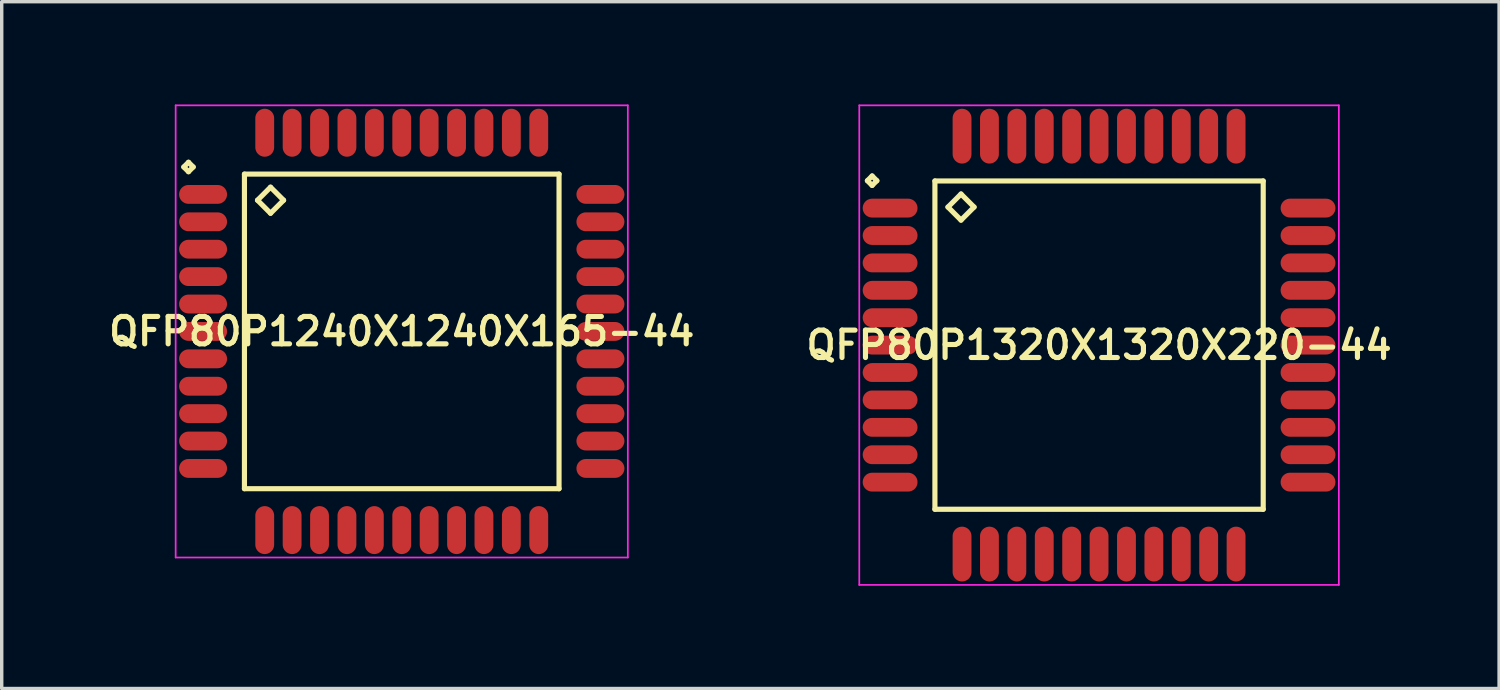
<source format=kicad_pcb>
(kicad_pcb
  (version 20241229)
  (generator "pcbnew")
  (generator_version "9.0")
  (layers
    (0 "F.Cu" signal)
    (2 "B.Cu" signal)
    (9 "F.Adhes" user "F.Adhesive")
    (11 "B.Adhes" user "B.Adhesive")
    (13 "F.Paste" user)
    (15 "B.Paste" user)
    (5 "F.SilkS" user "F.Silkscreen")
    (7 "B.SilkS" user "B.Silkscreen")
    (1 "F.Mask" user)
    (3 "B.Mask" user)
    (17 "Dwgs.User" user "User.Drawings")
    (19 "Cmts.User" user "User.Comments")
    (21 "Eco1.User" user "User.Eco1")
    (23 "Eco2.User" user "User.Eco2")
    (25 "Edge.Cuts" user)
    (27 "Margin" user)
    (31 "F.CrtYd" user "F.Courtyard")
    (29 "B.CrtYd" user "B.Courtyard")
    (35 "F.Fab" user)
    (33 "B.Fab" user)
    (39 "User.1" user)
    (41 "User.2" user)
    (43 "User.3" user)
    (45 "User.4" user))
  (footprint "QFP80P1320X1320X220-44"
    (layer "F.Cu")
    (at 29.035 7.025)
    (property "Reference" "QFP80P1320X1320X220-44" (at 0 0 0) (layer "F.SilkS") (effects (font (size 0.8 0.8) (thickness 0.15))))
    (attr smd)
    (fp_line (start -6.763 -4.8) (end -6.625 -4.938) (stroke (width 0.15) (type solid)) (layer "F.SilkS"))
    (fp_line (start -6.625 -4.938) (end -6.487 -4.8) (stroke (width 0.15) (type solid)) (layer "F.SilkS"))
    (fp_line (start -6.625 -4.662) (end -6.763 -4.8) (stroke (width 0.15) (type solid)) (layer "F.SilkS"))
    (fp_line (start -6.487 -4.8) (end -6.625 -4.662) (stroke (width 0.15) (type solid)) (layer "F.SilkS"))
    (fp_line (start -4.792 -4.792) (end -4.792 4.792) (stroke (width 0.15) (type solid)) (layer "F.SilkS"))
    (fp_line (start -4.792 4.792) (end 4.792 4.792) (stroke (width 0.15) (type solid)) (layer "F.SilkS"))
    (fp_line (start -4.411 -4.03) (end -4.03 -4.411) (stroke (width 0.15) (type solid)) (layer "F.SilkS"))
    (fp_line (start -4.03 -4.411) (end -3.649 -4.03) (stroke (width 0.15) (type solid)) (layer "F.SilkS"))
    (fp_line (start -4.03 -3.649) (end -4.411 -4.03) (stroke (width 0.15) (type solid)) (layer "F.SilkS"))
    (fp_line (start -3.649 -4.03) (end -4.03 -3.649) (stroke (width 0.15) (type solid)) (layer "F.SilkS"))
    (fp_line (start 4.792 -4.792) (end -4.792 -4.792) (stroke (width 0.15) (type solid)) (layer "F.SilkS"))
    (fp_line (start 4.792 4.792) (end 4.792 -4.792) (stroke (width 0.15) (type solid)) (layer "F.SilkS"))
    (fp_line (start -7 -7) (end 7 -7) (stroke (width 0.05) (type solid)) (layer "F.CrtYd"))
    (fp_line (start -7 7) (end -7 -7) (stroke (width 0.05) (type solid)) (layer "F.CrtYd"))
    (fp_line (start 7 -7) (end 7 7) (stroke (width 0.05) (type solid)) (layer "F.CrtYd"))
    (fp_line (start 7 7) (end -7 7) (stroke (width 0.05) (type solid)) (layer "F.CrtYd"))
    (pad "1" smd oval (at -6.1 -4) (size 1.6 0.55) (layers "F.Cu" "F.Mask" "F.Paste"))
    (pad "2" smd oval (at -6.1 -3.2) (size 1.6 0.55) (layers "F.Cu" "F.Mask" "F.Paste"))
    (pad "3" smd oval (at -6.1 -2.4) (size 1.6 0.55) (layers "F.Cu" "F.Mask" "F.Paste"))
    (pad "4" smd oval (at -6.1 -1.6) (size 1.6 0.55) (layers "F.Cu" "F.Mask" "F.Paste"))
    (pad "5" smd oval (at -6.1 -0.8) (size 1.6 0.55) (layers "F.Cu" "F.Mask" "F.Paste"))
    (pad "6" smd oval (at -6.1 0) (size 1.6 0.55) (layers "F.Cu" "F.Mask" "F.Paste"))
    (pad "7" smd oval (at -6.1 0.8) (size 1.6 0.55) (layers "F.Cu" "F.Mask" "F.Paste"))
    (pad "8" smd oval (at -6.1 1.6) (size 1.6 0.55) (layers "F.Cu" "F.Mask" "F.Paste"))
    (pad "9" smd oval (at -6.1 2.4) (size 1.6 0.55) (layers "F.Cu" "F.Mask" "F.Paste"))
    (pad "10" smd oval (at -6.1 3.2) (size 1.6 0.55) (layers "F.Cu" "F.Mask" "F.Paste"))
    (pad "11" smd oval (at -6.1 4) (size 1.6 0.55) (layers "F.Cu" "F.Mask" "F.Paste"))
    (pad "12" smd oval (at -4 6.1) (size 0.55 1.6) (layers "F.Cu" "F.Mask" "F.Paste"))
    (pad "13" smd oval (at -3.2 6.1) (size 0.55 1.6) (layers "F.Cu" "F.Mask" "F.Paste"))
    (pad "14" smd oval (at -2.4 6.1) (size 0.55 1.6) (layers "F.Cu" "F.Mask" "F.Paste"))
    (pad "15" smd oval (at -1.6 6.1) (size 0.55 1.6) (layers "F.Cu" "F.Mask" "F.Paste"))
    (pad "16" smd oval (at -0.8 6.1) (size 0.55 1.6) (layers "F.Cu" "F.Mask" "F.Paste"))
    (pad "17" smd oval (at 0 6.1) (size 0.55 1.6) (layers "F.Cu" "F.Mask" "F.Paste"))
    (pad "18" smd oval (at 0.8 6.1) (size 0.55 1.6) (layers "F.Cu" "F.Mask" "F.Paste"))
    (pad "19" smd oval (at 1.6 6.1) (size 0.55 1.6) (layers "F.Cu" "F.Mask" "F.Paste"))
    (pad "20" smd oval (at 2.4 6.1) (size 0.55 1.6) (layers "F.Cu" "F.Mask" "F.Paste"))
    (pad "21" smd oval (at 3.2 6.1) (size 0.55 1.6) (layers "F.Cu" "F.Mask" "F.Paste"))
    (pad "22" smd oval (at 4 6.1) (size 0.55 1.6) (layers "F.Cu" "F.Mask" "F.Paste"))
    (pad "23" smd oval (at 6.1 4) (size 1.6 0.55) (layers "F.Cu" "F.Mask" "F.Paste"))
    (pad "24" smd oval (at 6.1 3.2) (size 1.6 0.55) (layers "F.Cu" "F.Mask" "F.Paste"))
    (pad "25" smd oval (at 6.1 2.4) (size 1.6 0.55) (layers "F.Cu" "F.Mask" "F.Paste"))
    (pad "26" smd oval (at 6.1 1.6) (size 1.6 0.55) (layers "F.Cu" "F.Mask" "F.Paste"))
    (pad "27" smd oval (at 6.1 0.8) (size 1.6 0.55) (layers "F.Cu" "F.Mask" "F.Paste"))
    (pad "28" smd oval (at 6.1 0) (size 1.6 0.55) (layers "F.Cu" "F.Mask" "F.Paste"))
    (pad "29" smd oval (at 6.1 -0.8) (size 1.6 0.55) (layers "F.Cu" "F.Mask" "F.Paste"))
    (pad "30" smd oval (at 6.1 -1.6) (size 1.6 0.55) (layers "F.Cu" "F.Mask" "F.Paste"))
    (pad "31" smd oval (at 6.1 -2.4) (size 1.6 0.55) (layers "F.Cu" "F.Mask" "F.Paste"))
    (pad "32" smd oval (at 6.1 -3.2) (size 1.6 0.55) (layers "F.Cu" "F.Mask" "F.Paste"))
    (pad "33" smd oval (at 6.1 -4) (size 1.6 0.55) (layers "F.Cu" "F.Mask" "F.Paste"))
    (pad "34" smd oval (at 4 -6.1) (size 0.55 1.6) (layers "F.Cu" "F.Mask" "F.Paste"))
    (pad "35" smd oval (at 3.2 -6.1) (size 0.55 1.6) (layers "F.Cu" "F.Mask" "F.Paste"))
    (pad "36" smd oval (at 2.4 -6.1) (size 0.55 1.6) (layers "F.Cu" "F.Mask" "F.Paste"))
    (pad "37" smd oval (at 1.6 -6.1) (size 0.55 1.6) (layers "F.Cu" "F.Mask" "F.Paste"))
    (pad "38" smd oval (at 0.8 -6.1) (size 0.55 1.6) (layers "F.Cu" "F.Mask" "F.Paste"))
    (pad "39" smd oval (at 0 -6.1) (size 0.55 1.6) (layers "F.Cu" "F.Mask" "F.Paste"))
    (pad "40" smd oval (at -0.8 -6.1) (size 0.55 1.6) (layers "F.Cu" "F.Mask" "F.Paste"))
    (pad "41" smd oval (at -1.6 -6.1) (size 0.55 1.6) (layers "F.Cu" "F.Mask" "F.Paste"))
    (pad "42" smd oval (at -2.4 -6.1) (size 0.55 1.6) (layers "F.Cu" "F.Mask" "F.Paste"))
    (pad "43" smd oval (at -3.2 -6.1) (size 0.55 1.6) (layers "F.Cu" "F.Mask" "F.Paste"))
    (pad "44" smd oval (at -4 -6.1) (size 0.55 1.6) (layers "F.Cu" "F.Mask" "F.Paste")))
  (footprint "QFP80P1240X1240X165-44"
    (layer "F.Cu")
    (at 8.678 6.625)
    (property "Reference" "QFP80P1240X1240X165-44" (at 0 0 0) (layer "F.SilkS") (effects (font (size 0.8 0.8) (thickness 0.15))))
    (attr smd)
    (fp_line (start -6.362 -4.8) (end -6.225 -4.938) (stroke (width 0.15) (type solid)) (layer "F.SilkS"))
    (fp_line (start -6.225 -4.938) (end -6.088 -4.8) (stroke (width 0.15) (type solid)) (layer "F.SilkS"))
    (fp_line (start -6.225 -4.662) (end -6.362 -4.8) (stroke (width 0.15) (type solid)) (layer "F.SilkS"))
    (fp_line (start -6.088 -4.8) (end -6.225 -4.662) (stroke (width 0.15) (type solid)) (layer "F.SilkS"))
    (fp_line (start -4.592 -4.592) (end -4.592 4.592) (stroke (width 0.15) (type solid)) (layer "F.SilkS"))
    (fp_line (start -4.592 4.592) (end 4.592 4.592) (stroke (width 0.15) (type solid)) (layer "F.SilkS"))
    (fp_line (start -4.211 -3.83) (end -3.83 -4.211) (stroke (width 0.15) (type solid)) (layer "F.SilkS"))
    (fp_line (start -3.83 -4.211) (end -3.449 -3.83) (stroke (width 0.15) (type solid)) (layer "F.SilkS"))
    (fp_line (start -3.83 -3.449) (end -4.211 -3.83) (stroke (width 0.15) (type solid)) (layer "F.SilkS"))
    (fp_line (start -3.449 -3.83) (end -3.83 -3.449) (stroke (width 0.15) (type solid)) (layer "F.SilkS"))
    (fp_line (start 4.592 -4.592) (end -4.592 -4.592) (stroke (width 0.15) (type solid)) (layer "F.SilkS"))
    (fp_line (start 4.592 4.592) (end 4.592 -4.592) (stroke (width 0.15) (type solid)) (layer "F.SilkS"))
    (fp_line (start -6.6 -6.6) (end 6.6 -6.6) (stroke (width 0.05) (type solid)) (layer "F.CrtYd"))
    (fp_line (start -6.6 6.6) (end -6.6 -6.6) (stroke (width 0.05) (type solid)) (layer "F.CrtYd"))
    (fp_line (start 6.6 -6.6) (end 6.6 6.6) (stroke (width 0.05) (type solid)) (layer "F.CrtYd"))
    (fp_line (start 6.6 6.6) (end -6.6 6.6) (stroke (width 0.05) (type solid)) (layer "F.CrtYd"))
    (pad "1" smd oval (at -5.8 -4) (size 1.4 0.55) (layers "F.Cu" "F.Mask" "F.Paste"))
    (pad "2" smd oval (at -5.8 -3.2) (size 1.4 0.55) (layers "F.Cu" "F.Mask" "F.Paste"))
    (pad "3" smd oval (at -5.8 -2.4) (size 1.4 0.55) (layers "F.Cu" "F.Mask" "F.Paste"))
    (pad "4" smd oval (at -5.8 -1.6) (size 1.4 0.55) (layers "F.Cu" "F.Mask" "F.Paste"))
    (pad "5" smd oval (at -5.8 -0.8) (size 1.4 0.55) (layers "F.Cu" "F.Mask" "F.Paste"))
    (pad "6" smd oval (at -5.8 0) (size 1.4 0.55) (layers "F.Cu" "F.Mask" "F.Paste"))
    (pad "7" smd oval (at -5.8 0.8) (size 1.4 0.55) (layers "F.Cu" "F.Mask" "F.Paste"))
    (pad "8" smd oval (at -5.8 1.6) (size 1.4 0.55) (layers "F.Cu" "F.Mask" "F.Paste"))
    (pad "9" smd oval (at -5.8 2.4) (size 1.4 0.55) (layers "F.Cu" "F.Mask" "F.Paste"))
    (pad "10" smd oval (at -5.8 3.2) (size 1.4 0.55) (layers "F.Cu" "F.Mask" "F.Paste"))
    (pad "11" smd oval (at -5.8 4) (size 1.4 0.55) (layers "F.Cu" "F.Mask" "F.Paste"))
    (pad "12" smd oval (at -4 5.8) (size 0.55 1.4) (layers "F.Cu" "F.Mask" "F.Paste"))
    (pad "13" smd oval (at -3.2 5.8) (size 0.55 1.4) (layers "F.Cu" "F.Mask" "F.Paste"))
    (pad "14" smd oval (at -2.4 5.8) (size 0.55 1.4) (layers "F.Cu" "F.Mask" "F.Paste"))
    (pad "15" smd oval (at -1.6 5.8) (size 0.55 1.4) (layers "F.Cu" "F.Mask" "F.Paste"))
    (pad "16" smd oval (at -0.8 5.8) (size 0.55 1.4) (layers "F.Cu" "F.Mask" "F.Paste"))
    (pad "17" smd oval (at 0 5.8) (size 0.55 1.4) (layers "F.Cu" "F.Mask" "F.Paste"))
    (pad "18" smd oval (at 0.8 5.8) (size 0.55 1.4) (layers "F.Cu" "F.Mask" "F.Paste"))
    (pad "19" smd oval (at 1.6 5.8) (size 0.55 1.4) (layers "F.Cu" "F.Mask" "F.Paste"))
    (pad "20" smd oval (at 2.4 5.8) (size 0.55 1.4) (layers "F.Cu" "F.Mask" "F.Paste"))
    (pad "21" smd oval (at 3.2 5.8) (size 0.55 1.4) (layers "F.Cu" "F.Mask" "F.Paste"))
    (pad "22" smd oval (at 4 5.8) (size 0.55 1.4) (layers "F.Cu" "F.Mask" "F.Paste"))
    (pad "23" smd oval (at 5.8 4) (size 1.4 0.55) (layers "F.Cu" "F.Mask" "F.Paste"))
    (pad "24" smd oval (at 5.8 3.2) (size 1.4 0.55) (layers "F.Cu" "F.Mask" "F.Paste"))
    (pad "25" smd oval (at 5.8 2.4) (size 1.4 0.55) (layers "F.Cu" "F.Mask" "F.Paste"))
    (pad "26" smd oval (at 5.8 1.6) (size 1.4 0.55) (layers "F.Cu" "F.Mask" "F.Paste"))
    (pad "27" smd oval (at 5.8 0.8) (size 1.4 0.55) (layers "F.Cu" "F.Mask" "F.Paste"))
    (pad "28" smd oval (at 5.8 0) (size 1.4 0.55) (layers "F.Cu" "F.Mask" "F.Paste"))
    (pad "29" smd oval (at 5.8 -0.8) (size 1.4 0.55) (layers "F.Cu" "F.Mask" "F.Paste"))
    (pad "30" smd oval (at 5.8 -1.6) (size 1.4 0.55) (layers "F.Cu" "F.Mask" "F.Paste"))
    (pad "31" smd oval (at 5.8 -2.4) (size 1.4 0.55) (layers "F.Cu" "F.Mask" "F.Paste"))
    (pad "32" smd oval (at 5.8 -3.2) (size 1.4 0.55) (layers "F.Cu" "F.Mask" "F.Paste"))
    (pad "33" smd oval (at 5.8 -4) (size 1.4 0.55) (layers "F.Cu" "F.Mask" "F.Paste"))
    (pad "34" smd oval (at 4 -5.8) (size 0.55 1.4) (layers "F.Cu" "F.Mask" "F.Paste"))
    (pad "35" smd oval (at 3.2 -5.8) (size 0.55 1.4) (layers "F.Cu" "F.Mask" "F.Paste"))
    (pad "36" smd oval (at 2.4 -5.8) (size 0.55 1.4) (layers "F.Cu" "F.Mask" "F.Paste"))
    (pad "37" smd oval (at 1.6 -5.8) (size 0.55 1.4) (layers "F.Cu" "F.Mask" "F.Paste"))
    (pad "38" smd oval (at 0.8 -5.8) (size 0.55 1.4) (layers "F.Cu" "F.Mask" "F.Paste"))
    (pad "39" smd oval (at 0 -5.8) (size 0.55 1.4) (layers "F.Cu" "F.Mask" "F.Paste"))
    (pad "40" smd oval (at -0.8 -5.8) (size 0.55 1.4) (layers "F.Cu" "F.Mask" "F.Paste"))
    (pad "41" smd oval (at -1.6 -5.8) (size 0.55 1.4) (layers "F.Cu" "F.Mask" "F.Paste"))
    (pad "42" smd oval (at -2.4 -5.8) (size 0.55 1.4) (layers "F.Cu" "F.Mask" "F.Paste"))
    (pad "43" smd oval (at -3.2 -5.8) (size 0.55 1.4) (layers "F.Cu" "F.Mask" "F.Paste"))
    (pad "44" smd oval (at -4 -5.8) (size 0.55 1.4) (layers "F.Cu" "F.Mask" "F.Paste")))
  (gr_rect
    (start -3 -3)
    (end 40.713 17.05)
    (stroke (width 0.1) (type default))
    (fill no)
    (layer "Edge.Cuts")))
</source>
